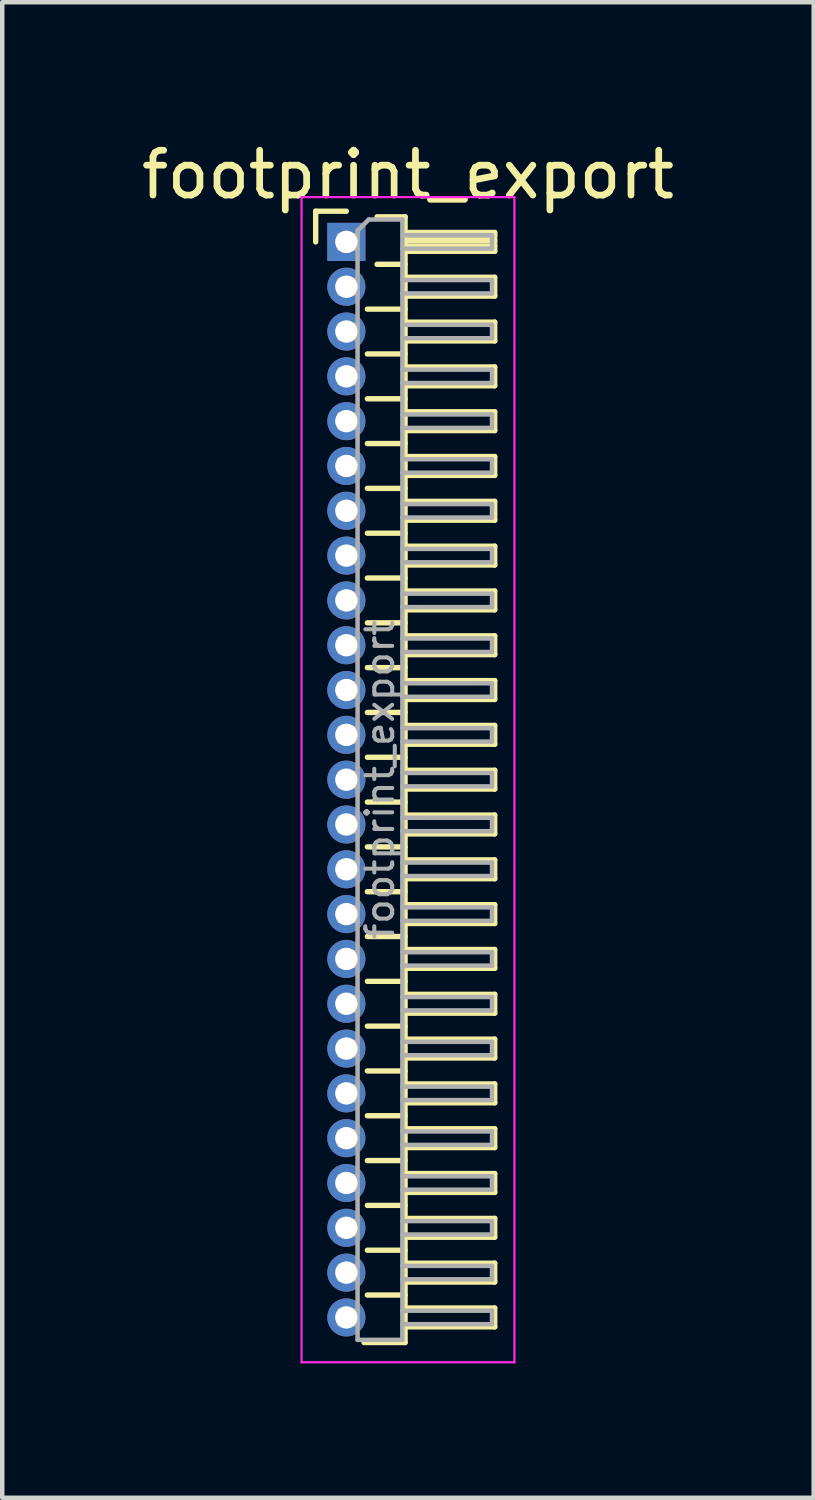
<source format=kicad_pcb>
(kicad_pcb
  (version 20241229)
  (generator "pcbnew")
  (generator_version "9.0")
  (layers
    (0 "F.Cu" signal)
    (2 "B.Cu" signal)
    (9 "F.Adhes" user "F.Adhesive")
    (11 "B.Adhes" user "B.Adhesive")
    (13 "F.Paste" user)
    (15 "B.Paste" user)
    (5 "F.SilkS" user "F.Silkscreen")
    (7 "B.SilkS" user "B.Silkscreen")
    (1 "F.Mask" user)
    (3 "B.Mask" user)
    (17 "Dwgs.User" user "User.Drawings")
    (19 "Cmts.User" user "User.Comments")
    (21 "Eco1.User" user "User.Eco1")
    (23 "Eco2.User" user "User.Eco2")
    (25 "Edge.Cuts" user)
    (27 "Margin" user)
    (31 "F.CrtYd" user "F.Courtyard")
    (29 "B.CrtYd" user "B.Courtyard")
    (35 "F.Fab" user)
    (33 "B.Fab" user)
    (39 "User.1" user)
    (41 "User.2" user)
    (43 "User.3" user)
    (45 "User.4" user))
  (footprint "footprint_export"
    (layer "F.Cu")
    (at 4.679 2.348)
    (property "Reference" "footprint_export" (at 1.375 -1.5 0) (layer "F.SilkS") (effects (font (size 1 1) (thickness 0.15))))
    (attr through_hole)
    (fp_line (start -0.685 -0.685) (end 0 -0.685) (stroke (width 0.12) (type solid)) (layer "F.SilkS"))
    (fp_line (start -0.685 0) (end -0.685 -0.685) (stroke (width 0.12) (type solid)) (layer "F.SilkS"))
    (fp_line (start 0.468 1.5) (end 1.31 1.5) (stroke (width 0.12) (type solid)) (layer "F.SilkS"))
    (fp_line (start 0.468 2.5) (end 1.31 2.5) (stroke (width 0.12) (type solid)) (layer "F.SilkS"))
    (fp_line (start 0.468 3.5) (end 1.31 3.5) (stroke (width 0.12) (type solid)) (layer "F.SilkS"))
    (fp_line (start 0.468 4.5) (end 1.31 4.5) (stroke (width 0.12) (type solid)) (layer "F.SilkS"))
    (fp_line (start 0.468 5.5) (end 1.31 5.5) (stroke (width 0.12) (type solid)) (layer "F.SilkS"))
    (fp_line (start 0.468 6.5) (end 1.31 6.5) (stroke (width 0.12) (type solid)) (layer "F.SilkS"))
    (fp_line (start 0.468 7.5) (end 1.31 7.5) (stroke (width 0.12) (type solid)) (layer "F.SilkS"))
    (fp_line (start 0.468 8.5) (end 1.31 8.5) (stroke (width 0.12) (type solid)) (layer "F.SilkS"))
    (fp_line (start 0.468 9.5) (end 1.31 9.5) (stroke (width 0.12) (type solid)) (layer "F.SilkS"))
    (fp_line (start 0.468 10.5) (end 1.31 10.5) (stroke (width 0.12) (type solid)) (layer "F.SilkS"))
    (fp_line (start 0.468 11.5) (end 1.31 11.5) (stroke (width 0.12) (type solid)) (layer "F.SilkS"))
    (fp_line (start 0.468 12.5) (end 1.31 12.5) (stroke (width 0.12) (type solid)) (layer "F.SilkS"))
    (fp_line (start 0.468 13.5) (end 1.31 13.5) (stroke (width 0.12) (type solid)) (layer "F.SilkS"))
    (fp_line (start 0.468 14.5) (end 1.31 14.5) (stroke (width 0.12) (type solid)) (layer "F.SilkS"))
    (fp_line (start 0.468 15.5) (end 1.31 15.5) (stroke (width 0.12) (type solid)) (layer "F.SilkS"))
    (fp_line (start 0.468 16.5) (end 1.31 16.5) (stroke (width 0.12) (type solid)) (layer "F.SilkS"))
    (fp_line (start 0.468 17.5) (end 1.31 17.5) (stroke (width 0.12) (type solid)) (layer "F.SilkS"))
    (fp_line (start 0.468 18.5) (end 1.31 18.5) (stroke (width 0.12) (type solid)) (layer "F.SilkS"))
    (fp_line (start 0.468 19.5) (end 1.31 19.5) (stroke (width 0.12) (type solid)) (layer "F.SilkS"))
    (fp_line (start 0.468 20.5) (end 1.31 20.5) (stroke (width 0.12) (type solid)) (layer "F.SilkS"))
    (fp_line (start 0.468 21.5) (end 1.31 21.5) (stroke (width 0.12) (type solid)) (layer "F.SilkS"))
    (fp_line (start 0.468 22.5) (end 1.31 22.5) (stroke (width 0.12) (type solid)) (layer "F.SilkS"))
    (fp_line (start 0.468 23.5) (end 1.31 23.5) (stroke (width 0.12) (type solid)) (layer "F.SilkS"))
    (fp_line (start 0.685 -0.56) (end 1.31 -0.56) (stroke (width 0.12) (type solid)) (layer "F.SilkS"))
    (fp_line (start 0.685 0.5) (end 1.31 0.5) (stroke (width 0.12) (type solid)) (layer "F.SilkS"))
    (fp_line (start 1.31 -0.56) (end 1.31 24.56) (stroke (width 0.12) (type solid)) (layer "F.SilkS"))
    (fp_line (start 1.31 -0.21) (end 3.31 -0.21) (stroke (width 0.12) (type solid)) (layer "F.SilkS"))
    (fp_line (start 1.31 -0.15) (end 3.31 -0.15) (stroke (width 0.12) (type solid)) (layer "F.SilkS"))
    (fp_line (start 1.31 -0.03) (end 3.31 -0.03) (stroke (width 0.12) (type solid)) (layer "F.SilkS"))
    (fp_line (start 1.31 0.09) (end 3.31 0.09) (stroke (width 0.12) (type solid)) (layer "F.SilkS"))
    (fp_line (start 1.31 0.79) (end 3.31 0.79) (stroke (width 0.12) (type solid)) (layer "F.SilkS"))
    (fp_line (start 1.31 1.79) (end 3.31 1.79) (stroke (width 0.12) (type solid)) (layer "F.SilkS"))
    (fp_line (start 1.31 2.79) (end 3.31 2.79) (stroke (width 0.12) (type solid)) (layer "F.SilkS"))
    (fp_line (start 1.31 3.79) (end 3.31 3.79) (stroke (width 0.12) (type solid)) (layer "F.SilkS"))
    (fp_line (start 1.31 4.79) (end 3.31 4.79) (stroke (width 0.12) (type solid)) (layer "F.SilkS"))
    (fp_line (start 1.31 5.79) (end 3.31 5.79) (stroke (width 0.12) (type solid)) (layer "F.SilkS"))
    (fp_line (start 1.31 6.79) (end 3.31 6.79) (stroke (width 0.12) (type solid)) (layer "F.SilkS"))
    (fp_line (start 1.31 7.79) (end 3.31 7.79) (stroke (width 0.12) (type solid)) (layer "F.SilkS"))
    (fp_line (start 1.31 8.79) (end 3.31 8.79) (stroke (width 0.12) (type solid)) (layer "F.SilkS"))
    (fp_line (start 1.31 9.79) (end 3.31 9.79) (stroke (width 0.12) (type solid)) (layer "F.SilkS"))
    (fp_line (start 1.31 10.79) (end 3.31 10.79) (stroke (width 0.12) (type solid)) (layer "F.SilkS"))
    (fp_line (start 1.31 11.79) (end 3.31 11.79) (stroke (width 0.12) (type solid)) (layer "F.SilkS"))
    (fp_line (start 1.31 12.79) (end 3.31 12.79) (stroke (width 0.12) (type solid)) (layer "F.SilkS"))
    (fp_line (start 1.31 13.79) (end 3.31 13.79) (stroke (width 0.12) (type solid)) (layer "F.SilkS"))
    (fp_line (start 1.31 14.79) (end 3.31 14.79) (stroke (width 0.12) (type solid)) (layer "F.SilkS"))
    (fp_line (start 1.31 15.79) (end 3.31 15.79) (stroke (width 0.12) (type solid)) (layer "F.SilkS"))
    (fp_line (start 1.31 16.79) (end 3.31 16.79) (stroke (width 0.12) (type solid)) (layer "F.SilkS"))
    (fp_line (start 1.31 17.79) (end 3.31 17.79) (stroke (width 0.12) (type solid)) (layer "F.SilkS"))
    (fp_line (start 1.31 18.79) (end 3.31 18.79) (stroke (width 0.12) (type solid)) (layer "F.SilkS"))
    (fp_line (start 1.31 19.79) (end 3.31 19.79) (stroke (width 0.12) (type solid)) (layer "F.SilkS"))
    (fp_line (start 1.31 20.79) (end 3.31 20.79) (stroke (width 0.12) (type solid)) (layer "F.SilkS"))
    (fp_line (start 1.31 21.79) (end 3.31 21.79) (stroke (width 0.12) (type solid)) (layer "F.SilkS"))
    (fp_line (start 1.31 22.79) (end 3.31 22.79) (stroke (width 0.12) (type solid)) (layer "F.SilkS"))
    (fp_line (start 1.31 23.79) (end 3.31 23.79) (stroke (width 0.12) (type solid)) (layer "F.SilkS"))
    (fp_line (start 1.31 24.56) (end 0.394 24.56) (stroke (width 0.12) (type solid)) (layer "F.SilkS"))
    (fp_line (start 3.31 -0.21) (end 3.31 0.21) (stroke (width 0.12) (type solid)) (layer "F.SilkS"))
    (fp_line (start 3.31 0.21) (end 1.31 0.21) (stroke (width 0.12) (type solid)) (layer "F.SilkS"))
    (fp_line (start 3.31 0.79) (end 3.31 1.21) (stroke (width 0.12) (type solid)) (layer "F.SilkS"))
    (fp_line (start 3.31 1.21) (end 1.31 1.21) (stroke (width 0.12) (type solid)) (layer "F.SilkS"))
    (fp_line (start 3.31 1.79) (end 3.31 2.21) (stroke (width 0.12) (type solid)) (layer "F.SilkS"))
    (fp_line (start 3.31 2.21) (end 1.31 2.21) (stroke (width 0.12) (type solid)) (layer "F.SilkS"))
    (fp_line (start 3.31 2.79) (end 3.31 3.21) (stroke (width 0.12) (type solid)) (layer "F.SilkS"))
    (fp_line (start 3.31 3.21) (end 1.31 3.21) (stroke (width 0.12) (type solid)) (layer "F.SilkS"))
    (fp_line (start 3.31 3.79) (end 3.31 4.21) (stroke (width 0.12) (type solid)) (layer "F.SilkS"))
    (fp_line (start 3.31 4.21) (end 1.31 4.21) (stroke (width 0.12) (type solid)) (layer "F.SilkS"))
    (fp_line (start 3.31 4.79) (end 3.31 5.21) (stroke (width 0.12) (type solid)) (layer "F.SilkS"))
    (fp_line (start 3.31 5.21) (end 1.31 5.21) (stroke (width 0.12) (type solid)) (layer "F.SilkS"))
    (fp_line (start 3.31 5.79) (end 3.31 6.21) (stroke (width 0.12) (type solid)) (layer "F.SilkS"))
    (fp_line (start 3.31 6.21) (end 1.31 6.21) (stroke (width 0.12) (type solid)) (layer "F.SilkS"))
    (fp_line (start 3.31 6.79) (end 3.31 7.21) (stroke (width 0.12) (type solid)) (layer "F.SilkS"))
    (fp_line (start 3.31 7.21) (end 1.31 7.21) (stroke (width 0.12) (type solid)) (layer "F.SilkS"))
    (fp_line (start 3.31 7.79) (end 3.31 8.21) (stroke (width 0.12) (type solid)) (layer "F.SilkS"))
    (fp_line (start 3.31 8.21) (end 1.31 8.21) (stroke (width 0.12) (type solid)) (layer "F.SilkS"))
    (fp_line (start 3.31 8.79) (end 3.31 9.21) (stroke (width 0.12) (type solid)) (layer "F.SilkS"))
    (fp_line (start 3.31 9.21) (end 1.31 9.21) (stroke (width 0.12) (type solid)) (layer "F.SilkS"))
    (fp_line (start 3.31 9.79) (end 3.31 10.21) (stroke (width 0.12) (type solid)) (layer "F.SilkS"))
    (fp_line (start 3.31 10.21) (end 1.31 10.21) (stroke (width 0.12) (type solid)) (layer "F.SilkS"))
    (fp_line (start 3.31 10.79) (end 3.31 11.21) (stroke (width 0.12) (type solid)) (layer "F.SilkS"))
    (fp_line (start 3.31 11.21) (end 1.31 11.21) (stroke (width 0.12) (type solid)) (layer "F.SilkS"))
    (fp_line (start 3.31 11.79) (end 3.31 12.21) (stroke (width 0.12) (type solid)) (layer "F.SilkS"))
    (fp_line (start 3.31 12.21) (end 1.31 12.21) (stroke (width 0.12) (type solid)) (layer "F.SilkS"))
    (fp_line (start 3.31 12.79) (end 3.31 13.21) (stroke (width 0.12) (type solid)) (layer "F.SilkS"))
    (fp_line (start 3.31 13.21) (end 1.31 13.21) (stroke (width 0.12) (type solid)) (layer "F.SilkS"))
    (fp_line (start 3.31 13.79) (end 3.31 14.21) (stroke (width 0.12) (type solid)) (layer "F.SilkS"))
    (fp_line (start 3.31 14.21) (end 1.31 14.21) (stroke (width 0.12) (type solid)) (layer "F.SilkS"))
    (fp_line (start 3.31 14.79) (end 3.31 15.21) (stroke (width 0.12) (type solid)) (layer "F.SilkS"))
    (fp_line (start 3.31 15.21) (end 1.31 15.21) (stroke (width 0.12) (type solid)) (layer "F.SilkS"))
    (fp_line (start 3.31 15.79) (end 3.31 16.21) (stroke (width 0.12) (type solid)) (layer "F.SilkS"))
    (fp_line (start 3.31 16.21) (end 1.31 16.21) (stroke (width 0.12) (type solid)) (layer "F.SilkS"))
    (fp_line (start 3.31 16.79) (end 3.31 17.21) (stroke (width 0.12) (type solid)) (layer "F.SilkS"))
    (fp_line (start 3.31 17.21) (end 1.31 17.21) (stroke (width 0.12) (type solid)) (layer "F.SilkS"))
    (fp_line (start 3.31 17.79) (end 3.31 18.21) (stroke (width 0.12) (type solid)) (layer "F.SilkS"))
    (fp_line (start 3.31 18.21) (end 1.31 18.21) (stroke (width 0.12) (type solid)) (layer "F.SilkS"))
    (fp_line (start 3.31 18.79) (end 3.31 19.21) (stroke (width 0.12) (type solid)) (layer "F.SilkS"))
    (fp_line (start 3.31 19.21) (end 1.31 19.21) (stroke (width 0.12) (type solid)) (layer "F.SilkS"))
    (fp_line (start 3.31 19.79) (end 3.31 20.21) (stroke (width 0.12) (type solid)) (layer "F.SilkS"))
    (fp_line (start 3.31 20.21) (end 1.31 20.21) (stroke (width 0.12) (type solid)) (layer "F.SilkS"))
    (fp_line (start 3.31 20.79) (end 3.31 21.21) (stroke (width 0.12) (type solid)) (layer "F.SilkS"))
    (fp_line (start 3.31 21.21) (end 1.31 21.21) (stroke (width 0.12) (type solid)) (layer "F.SilkS"))
    (fp_line (start 3.31 21.79) (end 3.31 22.21) (stroke (width 0.12) (type solid)) (layer "F.SilkS"))
    (fp_line (start 3.31 22.21) (end 1.31 22.21) (stroke (width 0.12) (type solid)) (layer "F.SilkS"))
    (fp_line (start 3.31 22.79) (end 3.31 23.21) (stroke (width 0.12) (type solid)) (layer "F.SilkS"))
    (fp_line (start 3.31 23.21) (end 1.31 23.21) (stroke (width 0.12) (type solid)) (layer "F.SilkS"))
    (fp_line (start 3.31 23.79) (end 3.31 24.21) (stroke (width 0.12) (type solid)) (layer "F.SilkS"))
    (fp_line (start 3.31 24.21) (end 1.31 24.21) (stroke (width 0.12) (type solid)) (layer "F.SilkS"))
    (fp_line (start -1 -1) (end -1 25) (stroke (width 0.05) (type solid)) (layer "F.CrtYd"))
    (fp_line (start -1 25) (end 3.75 25) (stroke (width 0.05) (type solid)) (layer "F.CrtYd"))
    (fp_line (start 3.75 -1) (end -1 -1) (stroke (width 0.05) (type solid)) (layer "F.CrtYd"))
    (fp_line (start 3.75 25) (end 3.75 -1) (stroke (width 0.05) (type solid)) (layer "F.CrtYd"))
    (fp_line (start -0.15 -0.15) (end -0.15 0.15) (stroke (width 0.1) (type solid)) (layer "F.Fab"))
    (fp_line (start -0.15 -0.15) (end 0.25 -0.15) (stroke (width 0.1) (type solid)) (layer "F.Fab"))
    (fp_line (start -0.15 0.15) (end 0.25 0.15) (stroke (width 0.1) (type solid)) (layer "F.Fab"))
    (fp_line (start -0.15 0.85) (end -0.15 1.15) (stroke (width 0.1) (type solid)) (layer "F.Fab"))
    (fp_line (start -0.15 0.85) (end 0.25 0.85) (stroke (width 0.1) (type solid)) (layer "F.Fab"))
    (fp_line (start -0.15 1.15) (end 0.25 1.15) (stroke (width 0.1) (type solid)) (layer "F.Fab"))
    (fp_line (start -0.15 1.85) (end -0.15 2.15) (stroke (width 0.1) (type solid)) (layer "F.Fab"))
    (fp_line (start -0.15 1.85) (end 0.25 1.85) (stroke (width 0.1) (type solid)) (layer "F.Fab"))
    (fp_line (start -0.15 2.15) (end 0.25 2.15) (stroke (width 0.1) (type solid)) (layer "F.Fab"))
    (fp_line (start -0.15 2.85) (end -0.15 3.15) (stroke (width 0.1) (type solid)) (layer "F.Fab"))
    (fp_line (start -0.15 2.85) (end 0.25 2.85) (stroke (width 0.1) (type solid)) (layer "F.Fab"))
    (fp_line (start -0.15 3.15) (end 0.25 3.15) (stroke (width 0.1) (type solid)) (layer "F.Fab"))
    (fp_line (start -0.15 3.85) (end -0.15 4.15) (stroke (width 0.1) (type solid)) (layer "F.Fab"))
    (fp_line (start -0.15 3.85) (end 0.25 3.85) (stroke (width 0.1) (type solid)) (layer "F.Fab"))
    (fp_line (start -0.15 4.15) (end 0.25 4.15) (stroke (width 0.1) (type solid)) (layer "F.Fab"))
    (fp_line (start -0.15 4.85) (end -0.15 5.15) (stroke (width 0.1) (type solid)) (layer "F.Fab"))
    (fp_line (start -0.15 4.85) (end 0.25 4.85) (stroke (width 0.1) (type solid)) (layer "F.Fab"))
    (fp_line (start -0.15 5.15) (end 0.25 5.15) (stroke (width 0.1) (type solid)) (layer "F.Fab"))
    (fp_line (start -0.15 5.85) (end -0.15 6.15) (stroke (width 0.1) (type solid)) (layer "F.Fab"))
    (fp_line (start -0.15 5.85) (end 0.25 5.85) (stroke (width 0.1) (type solid)) (layer "F.Fab"))
    (fp_line (start -0.15 6.15) (end 0.25 6.15) (stroke (width 0.1) (type solid)) (layer "F.Fab"))
    (fp_line (start -0.15 6.85) (end -0.15 7.15) (stroke (width 0.1) (type solid)) (layer "F.Fab"))
    (fp_line (start -0.15 6.85) (end 0.25 6.85) (stroke (width 0.1) (type solid)) (layer "F.Fab"))
    (fp_line (start -0.15 7.15) (end 0.25 7.15) (stroke (width 0.1) (type solid)) (layer "F.Fab"))
    (fp_line (start -0.15 7.85) (end -0.15 8.15) (stroke (width 0.1) (type solid)) (layer "F.Fab"))
    (fp_line (start -0.15 7.85) (end 0.25 7.85) (stroke (width 0.1) (type solid)) (layer "F.Fab"))
    (fp_line (start -0.15 8.15) (end 0.25 8.15) (stroke (width 0.1) (type solid)) (layer "F.Fab"))
    (fp_line (start -0.15 8.85) (end -0.15 9.15) (stroke (width 0.1) (type solid)) (layer "F.Fab"))
    (fp_line (start -0.15 8.85) (end 0.25 8.85) (stroke (width 0.1) (type solid)) (layer "F.Fab"))
    (fp_line (start -0.15 9.15) (end 0.25 9.15) (stroke (width 0.1) (type solid)) (layer "F.Fab"))
    (fp_line (start -0.15 9.85) (end -0.15 10.15) (stroke (width 0.1) (type solid)) (layer "F.Fab"))
    (fp_line (start -0.15 9.85) (end 0.25 9.85) (stroke (width 0.1) (type solid)) (layer "F.Fab"))
    (fp_line (start -0.15 10.15) (end 0.25 10.15) (stroke (width 0.1) (type solid)) (layer "F.Fab"))
    (fp_line (start -0.15 10.85) (end -0.15 11.15) (stroke (width 0.1) (type solid)) (layer "F.Fab"))
    (fp_line (start -0.15 10.85) (end 0.25 10.85) (stroke (width 0.1) (type solid)) (layer "F.Fab"))
    (fp_line (start -0.15 11.15) (end 0.25 11.15) (stroke (width 0.1) (type solid)) (layer "F.Fab"))
    (fp_line (start -0.15 11.85) (end -0.15 12.15) (stroke (width 0.1) (type solid)) (layer "F.Fab"))
    (fp_line (start -0.15 11.85) (end 0.25 11.85) (stroke (width 0.1) (type solid)) (layer "F.Fab"))
    (fp_line (start -0.15 12.15) (end 0.25 12.15) (stroke (width 0.1) (type solid)) (layer "F.Fab"))
    (fp_line (start -0.15 12.85) (end -0.15 13.15) (stroke (width 0.1) (type solid)) (layer "F.Fab"))
    (fp_line (start -0.15 12.85) (end 0.25 12.85) (stroke (width 0.1) (type solid)) (layer "F.Fab"))
    (fp_line (start -0.15 13.15) (end 0.25 13.15) (stroke (width 0.1) (type solid)) (layer "F.Fab"))
    (fp_line (start -0.15 13.85) (end -0.15 14.15) (stroke (width 0.1) (type solid)) (layer "F.Fab"))
    (fp_line (start -0.15 13.85) (end 0.25 13.85) (stroke (width 0.1) (type solid)) (layer "F.Fab"))
    (fp_line (start -0.15 14.15) (end 0.25 14.15) (stroke (width 0.1) (type solid)) (layer "F.Fab"))
    (fp_line (start -0.15 14.85) (end -0.15 15.15) (stroke (width 0.1) (type solid)) (layer "F.Fab"))
    (fp_line (start -0.15 14.85) (end 0.25 14.85) (stroke (width 0.1) (type solid)) (layer "F.Fab"))
    (fp_line (start -0.15 15.15) (end 0.25 15.15) (stroke (width 0.1) (type solid)) (layer "F.Fab"))
    (fp_line (start -0.15 15.85) (end -0.15 16.15) (stroke (width 0.1) (type solid)) (layer "F.Fab"))
    (fp_line (start -0.15 15.85) (end 0.25 15.85) (stroke (width 0.1) (type solid)) (layer "F.Fab"))
    (fp_line (start -0.15 16.15) (end 0.25 16.15) (stroke (width 0.1) (type solid)) (layer "F.Fab"))
    (fp_line (start -0.15 16.85) (end -0.15 17.15) (stroke (width 0.1) (type solid)) (layer "F.Fab"))
    (fp_line (start -0.15 16.85) (end 0.25 16.85) (stroke (width 0.1) (type solid)) (layer "F.Fab"))
    (fp_line (start -0.15 17.15) (end 0.25 17.15) (stroke (width 0.1) (type solid)) (layer "F.Fab"))
    (fp_line (start -0.15 17.85) (end -0.15 18.15) (stroke (width 0.1) (type solid)) (layer "F.Fab"))
    (fp_line (start -0.15 17.85) (end 0.25 17.85) (stroke (width 0.1) (type solid)) (layer "F.Fab"))
    (fp_line (start -0.15 18.15) (end 0.25 18.15) (stroke (width 0.1) (type solid)) (layer "F.Fab"))
    (fp_line (start -0.15 18.85) (end -0.15 19.15) (stroke (width 0.1) (type solid)) (layer "F.Fab"))
    (fp_line (start -0.15 18.85) (end 0.25 18.85) (stroke (width 0.1) (type solid)) (layer "F.Fab"))
    (fp_line (start -0.15 19.15) (end 0.25 19.15) (stroke (width 0.1) (type solid)) (layer "F.Fab"))
    (fp_line (start -0.15 19.85) (end -0.15 20.15) (stroke (width 0.1) (type solid)) (layer "F.Fab"))
    (fp_line (start -0.15 19.85) (end 0.25 19.85) (stroke (width 0.1) (type solid)) (layer "F.Fab"))
    (fp_line (start -0.15 20.15) (end 0.25 20.15) (stroke (width 0.1) (type solid)) (layer "F.Fab"))
    (fp_line (start -0.15 20.85) (end -0.15 21.15) (stroke (width 0.1) (type solid)) (layer "F.Fab"))
    (fp_line (start -0.15 20.85) (end 0.25 20.85) (stroke (width 0.1) (type solid)) (layer "F.Fab"))
    (fp_line (start -0.15 21.15) (end 0.25 21.15) (stroke (width 0.1) (type solid)) (layer "F.Fab"))
    (fp_line (start -0.15 21.85) (end -0.15 22.15) (stroke (width 0.1) (type solid)) (layer "F.Fab"))
    (fp_line (start -0.15 21.85) (end 0.25 21.85) (stroke (width 0.1) (type solid)) (layer "F.Fab"))
    (fp_line (start -0.15 22.15) (end 0.25 22.15) (stroke (width 0.1) (type solid)) (layer "F.Fab"))
    (fp_line (start -0.15 22.85) (end -0.15 23.15) (stroke (width 0.1) (type solid)) (layer "F.Fab"))
    (fp_line (start -0.15 22.85) (end 0.25 22.85) (stroke (width 0.1) (type solid)) (layer "F.Fab"))
    (fp_line (start -0.15 23.15) (end 0.25 23.15) (stroke (width 0.1) (type solid)) (layer "F.Fab"))
    (fp_line (start -0.15 23.85) (end -0.15 24.15) (stroke (width 0.1) (type solid)) (layer "F.Fab"))
    (fp_line (start -0.15 23.85) (end 0.25 23.85) (stroke (width 0.1) (type solid)) (layer "F.Fab"))
    (fp_line (start -0.15 24.15) (end 0.25 24.15) (stroke (width 0.1) (type solid)) (layer "F.Fab"))
    (fp_line (start 0.25 -0.25) (end 0.5 -0.5) (stroke (width 0.1) (type solid)) (layer "F.Fab"))
    (fp_line (start 0.25 24.5) (end 0.25 -0.25) (stroke (width 0.1) (type solid)) (layer "F.Fab"))
    (fp_line (start 0.5 -0.5) (end 1.25 -0.5) (stroke (width 0.1) (type solid)) (layer "F.Fab"))
    (fp_line (start 1.25 -0.5) (end 1.25 24.5) (stroke (width 0.1) (type solid)) (layer "F.Fab"))
    (fp_line (start 1.25 -0.15) (end 3.25 -0.15) (stroke (width 0.1) (type solid)) (layer "F.Fab"))
    (fp_line (start 1.25 0.15) (end 3.25 0.15) (stroke (width 0.1) (type solid)) (layer "F.Fab"))
    (fp_line (start 1.25 0.85) (end 3.25 0.85) (stroke (width 0.1) (type solid)) (layer "F.Fab"))
    (fp_line (start 1.25 1.15) (end 3.25 1.15) (stroke (width 0.1) (type solid)) (layer "F.Fab"))
    (fp_line (start 1.25 1.85) (end 3.25 1.85) (stroke (width 0.1) (type solid)) (layer "F.Fab"))
    (fp_line (start 1.25 2.15) (end 3.25 2.15) (stroke (width 0.1) (type solid)) (layer "F.Fab"))
    (fp_line (start 1.25 2.85) (end 3.25 2.85) (stroke (width 0.1) (type solid)) (layer "F.Fab"))
    (fp_line (start 1.25 3.15) (end 3.25 3.15) (stroke (width 0.1) (type solid)) (layer "F.Fab"))
    (fp_line (start 1.25 3.85) (end 3.25 3.85) (stroke (width 0.1) (type solid)) (layer "F.Fab"))
    (fp_line (start 1.25 4.15) (end 3.25 4.15) (stroke (width 0.1) (type solid)) (layer "F.Fab"))
    (fp_line (start 1.25 4.85) (end 3.25 4.85) (stroke (width 0.1) (type solid)) (layer "F.Fab"))
    (fp_line (start 1.25 5.15) (end 3.25 5.15) (stroke (width 0.1) (type solid)) (layer "F.Fab"))
    (fp_line (start 1.25 5.85) (end 3.25 5.85) (stroke (width 0.1) (type solid)) (layer "F.Fab"))
    (fp_line (start 1.25 6.15) (end 3.25 6.15) (stroke (width 0.1) (type solid)) (layer "F.Fab"))
    (fp_line (start 1.25 6.85) (end 3.25 6.85) (stroke (width 0.1) (type solid)) (layer "F.Fab"))
    (fp_line (start 1.25 7.15) (end 3.25 7.15) (stroke (width 0.1) (type solid)) (layer "F.Fab"))
    (fp_line (start 1.25 7.85) (end 3.25 7.85) (stroke (width 0.1) (type solid)) (layer "F.Fab"))
    (fp_line (start 1.25 8.15) (end 3.25 8.15) (stroke (width 0.1) (type solid)) (layer "F.Fab"))
    (fp_line (start 1.25 8.85) (end 3.25 8.85) (stroke (width 0.1) (type solid)) (layer "F.Fab"))
    (fp_line (start 1.25 9.15) (end 3.25 9.15) (stroke (width 0.1) (type solid)) (layer "F.Fab"))
    (fp_line (start 1.25 9.85) (end 3.25 9.85) (stroke (width 0.1) (type solid)) (layer "F.Fab"))
    (fp_line (start 1.25 10.15) (end 3.25 10.15) (stroke (width 0.1) (type solid)) (layer "F.Fab"))
    (fp_line (start 1.25 10.85) (end 3.25 10.85) (stroke (width 0.1) (type solid)) (layer "F.Fab"))
    (fp_line (start 1.25 11.15) (end 3.25 11.15) (stroke (width 0.1) (type solid)) (layer "F.Fab"))
    (fp_line (start 1.25 11.85) (end 3.25 11.85) (stroke (width 0.1) (type solid)) (layer "F.Fab"))
    (fp_line (start 1.25 12.15) (end 3.25 12.15) (stroke (width 0.1) (type solid)) (layer "F.Fab"))
    (fp_line (start 1.25 12.85) (end 3.25 12.85) (stroke (width 0.1) (type solid)) (layer "F.Fab"))
    (fp_line (start 1.25 13.15) (end 3.25 13.15) (stroke (width 0.1) (type solid)) (layer "F.Fab"))
    (fp_line (start 1.25 13.85) (end 3.25 13.85) (stroke (width 0.1) (type solid)) (layer "F.Fab"))
    (fp_line (start 1.25 14.15) (end 3.25 14.15) (stroke (width 0.1) (type solid)) (layer "F.Fab"))
    (fp_line (start 1.25 14.85) (end 3.25 14.85) (stroke (width 0.1) (type solid)) (layer "F.Fab"))
    (fp_line (start 1.25 15.15) (end 3.25 15.15) (stroke (width 0.1) (type solid)) (layer "F.Fab"))
    (fp_line (start 1.25 15.85) (end 3.25 15.85) (stroke (width 0.1) (type solid)) (layer "F.Fab"))
    (fp_line (start 1.25 16.15) (end 3.25 16.15) (stroke (width 0.1) (type solid)) (layer "F.Fab"))
    (fp_line (start 1.25 16.85) (end 3.25 16.85) (stroke (width 0.1) (type solid)) (layer "F.Fab"))
    (fp_line (start 1.25 17.15) (end 3.25 17.15) (stroke (width 0.1) (type solid)) (layer "F.Fab"))
    (fp_line (start 1.25 17.85) (end 3.25 17.85) (stroke (width 0.1) (type solid)) (layer "F.Fab"))
    (fp_line (start 1.25 18.15) (end 3.25 18.15) (stroke (width 0.1) (type solid)) (layer "F.Fab"))
    (fp_line (start 1.25 18.85) (end 3.25 18.85) (stroke (width 0.1) (type solid)) (layer "F.Fab"))
    (fp_line (start 1.25 19.15) (end 3.25 19.15) (stroke (width 0.1) (type solid)) (layer "F.Fab"))
    (fp_line (start 1.25 19.85) (end 3.25 19.85) (stroke (width 0.1) (type solid)) (layer "F.Fab"))
    (fp_line (start 1.25 20.15) (end 3.25 20.15) (stroke (width 0.1) (type solid)) (layer "F.Fab"))
    (fp_line (start 1.25 20.85) (end 3.25 20.85) (stroke (width 0.1) (type solid)) (layer "F.Fab"))
    (fp_line (start 1.25 21.15) (end 3.25 21.15) (stroke (width 0.1) (type solid)) (layer "F.Fab"))
    (fp_line (start 1.25 21.85) (end 3.25 21.85) (stroke (width 0.1) (type solid)) (layer "F.Fab"))
    (fp_line (start 1.25 22.15) (end 3.25 22.15) (stroke (width 0.1) (type solid)) (layer "F.Fab"))
    (fp_line (start 1.25 22.85) (end 3.25 22.85) (stroke (width 0.1) (type solid)) (layer "F.Fab"))
    (fp_line (start 1.25 23.15) (end 3.25 23.15) (stroke (width 0.1) (type solid)) (layer "F.Fab"))
    (fp_line (start 1.25 23.85) (end 3.25 23.85) (stroke (width 0.1) (type solid)) (layer "F.Fab"))
    (fp_line (start 1.25 24.15) (end 3.25 24.15) (stroke (width 0.1) (type solid)) (layer "F.Fab"))
    (fp_line (start 1.25 24.5) (end 0.25 24.5) (stroke (width 0.1) (type solid)) (layer "F.Fab"))
    (fp_line (start 3.25 -0.15) (end 3.25 0.15) (stroke (width 0.1) (type solid)) (layer "F.Fab"))
    (fp_line (start 3.25 0.85) (end 3.25 1.15) (stroke (width 0.1) (type solid)) (layer "F.Fab"))
    (fp_line (start 3.25 1.85) (end 3.25 2.15) (stroke (width 0.1) (type solid)) (layer "F.Fab"))
    (fp_line (start 3.25 2.85) (end 3.25 3.15) (stroke (width 0.1) (type solid)) (layer "F.Fab"))
    (fp_line (start 3.25 3.85) (end 3.25 4.15) (stroke (width 0.1) (type solid)) (layer "F.Fab"))
    (fp_line (start 3.25 4.85) (end 3.25 5.15) (stroke (width 0.1) (type solid)) (layer "F.Fab"))
    (fp_line (start 3.25 5.85) (end 3.25 6.15) (stroke (width 0.1) (type solid)) (layer "F.Fab"))
    (fp_line (start 3.25 6.85) (end 3.25 7.15) (stroke (width 0.1) (type solid)) (layer "F.Fab"))
    (fp_line (start 3.25 7.85) (end 3.25 8.15) (stroke (width 0.1) (type solid)) (layer "F.Fab"))
    (fp_line (start 3.25 8.85) (end 3.25 9.15) (stroke (width 0.1) (type solid)) (layer "F.Fab"))
    (fp_line (start 3.25 9.85) (end 3.25 10.15) (stroke (width 0.1) (type solid)) (layer "F.Fab"))
    (fp_line (start 3.25 10.85) (end 3.25 11.15) (stroke (width 0.1) (type solid)) (layer "F.Fab"))
    (fp_line (start 3.25 11.85) (end 3.25 12.15) (stroke (width 0.1) (type solid)) (layer "F.Fab"))
    (fp_line (start 3.25 12.85) (end 3.25 13.15) (stroke (width 0.1) (type solid)) (layer "F.Fab"))
    (fp_line (start 3.25 13.85) (end 3.25 14.15) (stroke (width 0.1) (type solid)) (layer "F.Fab"))
    (fp_line (start 3.25 14.85) (end 3.25 15.15) (stroke (width 0.1) (type solid)) (layer "F.Fab"))
    (fp_line (start 3.25 15.85) (end 3.25 16.15) (stroke (width 0.1) (type solid)) (layer "F.Fab"))
    (fp_line (start 3.25 16.85) (end 3.25 17.15) (stroke (width 0.1) (type solid)) (layer "F.Fab"))
    (fp_line (start 3.25 17.85) (end 3.25 18.15) (stroke (width 0.1) (type solid)) (layer "F.Fab"))
    (fp_line (start 3.25 18.85) (end 3.25 19.15) (stroke (width 0.1) (type solid)) (layer "F.Fab"))
    (fp_line (start 3.25 19.85) (end 3.25 20.15) (stroke (width 0.1) (type solid)) (layer "F.Fab"))
    (fp_line (start 3.25 20.85) (end 3.25 21.15) (stroke (width 0.1) (type solid)) (layer "F.Fab"))
    (fp_line (start 3.25 21.85) (end 3.25 22.15) (stroke (width 0.1) (type solid)) (layer "F.Fab"))
    (fp_line (start 3.25 22.85) (end 3.25 23.15) (stroke (width 0.1) (type solid)) (layer "F.Fab"))
    (fp_line (start 3.25 23.85) (end 3.25 24.15) (stroke (width 0.1) (type solid)) (layer "F.Fab"))
    (fp_text user "${REFERENCE}" (at 0.75 12 90) (layer "F.Fab") (effects (font (size 0.6 0.6) (thickness 0.09))))
    (pad "1" thru_hole rect (at 0 0) (size 0.85 0.85) (drill 0.5) (layers "*.Cu" "*.Mask"))
    (pad "2" thru_hole oval (at 0 1) (size 0.85 0.85) (drill 0.5) (layers "*.Cu" "*.Mask"))
    (pad "3" thru_hole oval (at 0 2) (size 0.85 0.85) (drill 0.5) (layers "*.Cu" "*.Mask"))
    (pad "4" thru_hole oval (at 0 3) (size 0.85 0.85) (drill 0.5) (layers "*.Cu" "*.Mask"))
    (pad "5" thru_hole oval (at 0 4) (size 0.85 0.85) (drill 0.5) (layers "*.Cu" "*.Mask"))
    (pad "6" thru_hole oval (at 0 5) (size 0.85 0.85) (drill 0.5) (layers "*.Cu" "*.Mask"))
    (pad "7" thru_hole oval (at 0 6) (size 0.85 0.85) (drill 0.5) (layers "*.Cu" "*.Mask"))
    (pad "8" thru_hole oval (at 0 7) (size 0.85 0.85) (drill 0.5) (layers "*.Cu" "*.Mask"))
    (pad "9" thru_hole oval (at 0 8) (size 0.85 0.85) (drill 0.5) (layers "*.Cu" "*.Mask"))
    (pad "10" thru_hole oval (at 0 9) (size 0.85 0.85) (drill 0.5) (layers "*.Cu" "*.Mask"))
    (pad "11" thru_hole oval (at 0 10) (size 0.85 0.85) (drill 0.5) (layers "*.Cu" "*.Mask"))
    (pad "12" thru_hole oval (at 0 11) (size 0.85 0.85) (drill 0.5) (layers "*.Cu" "*.Mask"))
    (pad "13" thru_hole oval (at 0 12) (size 0.85 0.85) (drill 0.5) (layers "*.Cu" "*.Mask"))
    (pad "14" thru_hole oval (at 0 13) (size 0.85 0.85) (drill 0.5) (layers "*.Cu" "*.Mask"))
    (pad "15" thru_hole oval (at 0 14) (size 0.85 0.85) (drill 0.5) (layers "*.Cu" "*.Mask"))
    (pad "16" thru_hole oval (at 0 15) (size 0.85 0.85) (drill 0.5) (layers "*.Cu" "*.Mask"))
    (pad "17" thru_hole oval (at 0 16) (size 0.85 0.85) (drill 0.5) (layers "*.Cu" "*.Mask"))
    (pad "18" thru_hole oval (at 0 17) (size 0.85 0.85) (drill 0.5) (layers "*.Cu" "*.Mask"))
    (pad "19" thru_hole oval (at 0 18) (size 0.85 0.85) (drill 0.5) (layers "*.Cu" "*.Mask"))
    (pad "20" thru_hole oval (at 0 19) (size 0.85 0.85) (drill 0.5) (layers "*.Cu" "*.Mask"))
    (pad "21" thru_hole oval (at 0 20) (size 0.85 0.85) (drill 0.5) (layers "*.Cu" "*.Mask"))
    (pad "22" thru_hole oval (at 0 21) (size 0.85 0.85) (drill 0.5) (layers "*.Cu" "*.Mask"))
    (pad "23" thru_hole oval (at 0 22) (size 0.85 0.85) (drill 0.5) (layers "*.Cu" "*.Mask"))
    (pad "24" thru_hole oval (at 0 23) (size 0.85 0.85) (drill 0.5) (layers "*.Cu" "*.Mask"))
    (pad "25" thru_hole oval (at 0 24) (size 0.85 0.85) (drill 0.5) (layers "*.Cu" "*.Mask")))
  (gr_rect
    (start -3 -3)
    (end 15.107 30.373)
    (stroke (width 0.1) (type default))
    (fill no)
    (layer "Edge.Cuts")))
</source>
